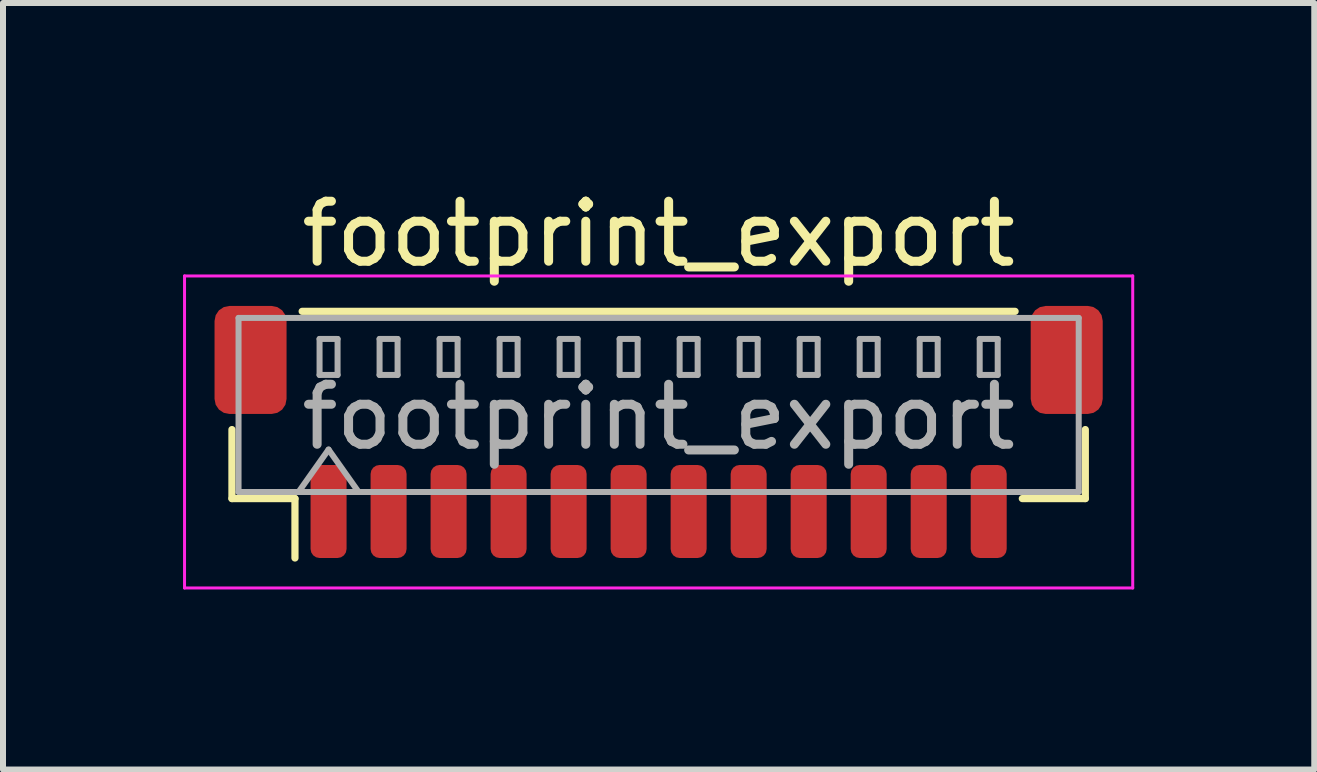
<source format=kicad_pcb>
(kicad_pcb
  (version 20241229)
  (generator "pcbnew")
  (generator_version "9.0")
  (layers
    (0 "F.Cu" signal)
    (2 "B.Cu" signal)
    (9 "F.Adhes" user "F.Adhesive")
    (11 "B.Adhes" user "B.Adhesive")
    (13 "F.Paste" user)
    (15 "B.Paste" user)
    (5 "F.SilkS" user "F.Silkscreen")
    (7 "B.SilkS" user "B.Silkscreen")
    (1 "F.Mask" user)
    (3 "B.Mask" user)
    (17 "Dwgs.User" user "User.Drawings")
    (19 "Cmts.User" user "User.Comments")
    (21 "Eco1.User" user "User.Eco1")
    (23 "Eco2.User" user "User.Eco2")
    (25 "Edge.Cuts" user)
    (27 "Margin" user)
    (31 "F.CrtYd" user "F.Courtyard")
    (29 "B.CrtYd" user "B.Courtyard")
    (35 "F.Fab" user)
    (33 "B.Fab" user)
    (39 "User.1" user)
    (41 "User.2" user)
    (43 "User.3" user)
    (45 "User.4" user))
  (footprint "footprint_export"
    (layer "F.Cu")
    (at 7.925 4.148)
    (property "Reference" "footprint_export" (at 0 -3.3 0) (layer "F.SilkS") (effects (font (size 1 1) (thickness 0.15))))
    (attr smd)
    (fp_line (start -7.11 -0.04) (end -7.11 1.11) (stroke (width 0.12) (type solid)) (layer "F.SilkS"))
    (fp_line (start -7.11 1.11) (end -6.06 1.11) (stroke (width 0.12) (type solid)) (layer "F.SilkS"))
    (fp_line (start -6.06 1.11) (end -6.06 2.1) (stroke (width 0.12) (type solid)) (layer "F.SilkS"))
    (fp_line (start -5.94 -2.01) (end 5.94 -2.01) (stroke (width 0.12) (type solid)) (layer "F.SilkS"))
    (fp_line (start 7.11 -0.04) (end 7.11 1.11) (stroke (width 0.12) (type solid)) (layer "F.SilkS"))
    (fp_line (start 7.11 1.11) (end 6.06 1.11) (stroke (width 0.12) (type solid)) (layer "F.SilkS"))
    (fp_line (start -7.9 -2.6) (end -7.9 2.6) (stroke (width 0.05) (type solid)) (layer "F.CrtYd"))
    (fp_line (start -7.9 2.6) (end 7.9 2.6) (stroke (width 0.05) (type solid)) (layer "F.CrtYd"))
    (fp_line (start 7.9 -2.6) (end -7.9 -2.6) (stroke (width 0.05) (type solid)) (layer "F.CrtYd"))
    (fp_line (start 7.9 2.6) (end 7.9 -2.6) (stroke (width 0.05) (type solid)) (layer "F.CrtYd"))
    (fp_line (start -7 -1.9) (end 7 -1.9) (stroke (width 0.1) (type solid)) (layer "F.Fab"))
    (fp_line (start -7 1) (end -7 -1.9) (stroke (width 0.1) (type solid)) (layer "F.Fab"))
    (fp_line (start -7 1) (end 7 1) (stroke (width 0.1) (type solid)) (layer "F.Fab"))
    (fp_line (start -6 1) (end -5.5 0.293) (stroke (width 0.1) (type solid)) (layer "F.Fab"))
    (fp_line (start -5.65 -1.55) (end -5.65 -0.95) (stroke (width 0.1) (type solid)) (layer "F.Fab"))
    (fp_line (start -5.65 -0.95) (end -5.35 -0.95) (stroke (width 0.1) (type solid)) (layer "F.Fab"))
    (fp_line (start -5.5 0.293) (end -5 1) (stroke (width 0.1) (type solid)) (layer "F.Fab"))
    (fp_line (start -5.35 -1.55) (end -5.65 -1.55) (stroke (width 0.1) (type solid)) (layer "F.Fab"))
    (fp_line (start -5.35 -0.95) (end -5.35 -1.55) (stroke (width 0.1) (type solid)) (layer "F.Fab"))
    (fp_line (start -4.65 -1.55) (end -4.65 -0.95) (stroke (width 0.1) (type solid)) (layer "F.Fab"))
    (fp_line (start -4.65 -0.95) (end -4.35 -0.95) (stroke (width 0.1) (type solid)) (layer "F.Fab"))
    (fp_line (start -4.35 -1.55) (end -4.65 -1.55) (stroke (width 0.1) (type solid)) (layer "F.Fab"))
    (fp_line (start -4.35 -0.95) (end -4.35 -1.55) (stroke (width 0.1) (type solid)) (layer "F.Fab"))
    (fp_line (start -3.65 -1.55) (end -3.65 -0.95) (stroke (width 0.1) (type solid)) (layer "F.Fab"))
    (fp_line (start -3.65 -0.95) (end -3.35 -0.95) (stroke (width 0.1) (type solid)) (layer "F.Fab"))
    (fp_line (start -3.35 -1.55) (end -3.65 -1.55) (stroke (width 0.1) (type solid)) (layer "F.Fab"))
    (fp_line (start -3.35 -0.95) (end -3.35 -1.55) (stroke (width 0.1) (type solid)) (layer "F.Fab"))
    (fp_line (start -2.65 -1.55) (end -2.65 -0.95) (stroke (width 0.1) (type solid)) (layer "F.Fab"))
    (fp_line (start -2.65 -0.95) (end -2.35 -0.95) (stroke (width 0.1) (type solid)) (layer "F.Fab"))
    (fp_line (start -2.35 -1.55) (end -2.65 -1.55) (stroke (width 0.1) (type solid)) (layer "F.Fab"))
    (fp_line (start -2.35 -0.95) (end -2.35 -1.55) (stroke (width 0.1) (type solid)) (layer "F.Fab"))
    (fp_line (start -1.65 -1.55) (end -1.65 -0.95) (stroke (width 0.1) (type solid)) (layer "F.Fab"))
    (fp_line (start -1.65 -0.95) (end -1.35 -0.95) (stroke (width 0.1) (type solid)) (layer "F.Fab"))
    (fp_line (start -1.35 -1.55) (end -1.65 -1.55) (stroke (width 0.1) (type solid)) (layer "F.Fab"))
    (fp_line (start -1.35 -0.95) (end -1.35 -1.55) (stroke (width 0.1) (type solid)) (layer "F.Fab"))
    (fp_line (start -0.65 -1.55) (end -0.65 -0.95) (stroke (width 0.1) (type solid)) (layer "F.Fab"))
    (fp_line (start -0.65 -0.95) (end -0.35 -0.95) (stroke (width 0.1) (type solid)) (layer "F.Fab"))
    (fp_line (start -0.35 -1.55) (end -0.65 -1.55) (stroke (width 0.1) (type solid)) (layer "F.Fab"))
    (fp_line (start -0.35 -0.95) (end -0.35 -1.55) (stroke (width 0.1) (type solid)) (layer "F.Fab"))
    (fp_line (start 0.35 -1.55) (end 0.35 -0.95) (stroke (width 0.1) (type solid)) (layer "F.Fab"))
    (fp_line (start 0.35 -0.95) (end 0.65 -0.95) (stroke (width 0.1) (type solid)) (layer "F.Fab"))
    (fp_line (start 0.65 -1.55) (end 0.35 -1.55) (stroke (width 0.1) (type solid)) (layer "F.Fab"))
    (fp_line (start 0.65 -0.95) (end 0.65 -1.55) (stroke (width 0.1) (type solid)) (layer "F.Fab"))
    (fp_line (start 1.35 -1.55) (end 1.35 -0.95) (stroke (width 0.1) (type solid)) (layer "F.Fab"))
    (fp_line (start 1.35 -0.95) (end 1.65 -0.95) (stroke (width 0.1) (type solid)) (layer "F.Fab"))
    (fp_line (start 1.65 -1.55) (end 1.35 -1.55) (stroke (width 0.1) (type solid)) (layer "F.Fab"))
    (fp_line (start 1.65 -0.95) (end 1.65 -1.55) (stroke (width 0.1) (type solid)) (layer "F.Fab"))
    (fp_line (start 2.35 -1.55) (end 2.35 -0.95) (stroke (width 0.1) (type solid)) (layer "F.Fab"))
    (fp_line (start 2.35 -0.95) (end 2.65 -0.95) (stroke (width 0.1) (type solid)) (layer "F.Fab"))
    (fp_line (start 2.65 -1.55) (end 2.35 -1.55) (stroke (width 0.1) (type solid)) (layer "F.Fab"))
    (fp_line (start 2.65 -0.95) (end 2.65 -1.55) (stroke (width 0.1) (type solid)) (layer "F.Fab"))
    (fp_line (start 3.35 -1.55) (end 3.35 -0.95) (stroke (width 0.1) (type solid)) (layer "F.Fab"))
    (fp_line (start 3.35 -0.95) (end 3.65 -0.95) (stroke (width 0.1) (type solid)) (layer "F.Fab"))
    (fp_line (start 3.65 -1.55) (end 3.35 -1.55) (stroke (width 0.1) (type solid)) (layer "F.Fab"))
    (fp_line (start 3.65 -0.95) (end 3.65 -1.55) (stroke (width 0.1) (type solid)) (layer "F.Fab"))
    (fp_line (start 4.35 -1.55) (end 4.35 -0.95) (stroke (width 0.1) (type solid)) (layer "F.Fab"))
    (fp_line (start 4.35 -0.95) (end 4.65 -0.95) (stroke (width 0.1) (type solid)) (layer "F.Fab"))
    (fp_line (start 4.65 -1.55) (end 4.35 -1.55) (stroke (width 0.1) (type solid)) (layer "F.Fab"))
    (fp_line (start 4.65 -0.95) (end 4.65 -1.55) (stroke (width 0.1) (type solid)) (layer "F.Fab"))
    (fp_line (start 5.35 -1.55) (end 5.35 -0.95) (stroke (width 0.1) (type solid)) (layer "F.Fab"))
    (fp_line (start 5.35 -0.95) (end 5.65 -0.95) (stroke (width 0.1) (type solid)) (layer "F.Fab"))
    (fp_line (start 5.65 -1.55) (end 5.35 -1.55) (stroke (width 0.1) (type solid)) (layer "F.Fab"))
    (fp_line (start 5.65 -0.95) (end 5.65 -1.55) (stroke (width 0.1) (type solid)) (layer "F.Fab"))
    (fp_line (start 7 1) (end 7 -1.9) (stroke (width 0.1) (type solid)) (layer "F.Fab"))
    (fp_text user "${REFERENCE}" (at 0 -0.25 0) (layer "F.Fab") (effects (font (size 1 1) (thickness 0.15))))
    (pad "1" smd roundrect (at -5.5 1.325) (size 0.6 1.55) (layers "F.Cu" "F.Mask" "F.Paste") (roundrect_rratio 0.25))
    (pad "2" smd roundrect (at -4.5 1.325) (size 0.6 1.55) (layers "F.Cu" "F.Mask" "F.Paste") (roundrect_rratio 0.25))
    (pad "3" smd roundrect (at -3.5 1.325) (size 0.6 1.55) (layers "F.Cu" "F.Mask" "F.Paste") (roundrect_rratio 0.25))
    (pad "4" smd roundrect (at -2.5 1.325) (size 0.6 1.55) (layers "F.Cu" "F.Mask" "F.Paste") (roundrect_rratio 0.25))
    (pad "5" smd roundrect (at -1.5 1.325) (size 0.6 1.55) (layers "F.Cu" "F.Mask" "F.Paste") (roundrect_rratio 0.25))
    (pad "6" smd roundrect (at -0.5 1.325) (size 0.6 1.55) (layers "F.Cu" "F.Mask" "F.Paste") (roundrect_rratio 0.25))
    (pad "7" smd roundrect (at 0.5 1.325) (size 0.6 1.55) (layers "F.Cu" "F.Mask" "F.Paste") (roundrect_rratio 0.25))
    (pad "8" smd roundrect (at 1.5 1.325) (size 0.6 1.55) (layers "F.Cu" "F.Mask" "F.Paste") (roundrect_rratio 0.25))
    (pad "9" smd roundrect (at 2.5 1.325) (size 0.6 1.55) (layers "F.Cu" "F.Mask" "F.Paste") (roundrect_rratio 0.25))
    (pad "10" smd roundrect (at 3.5 1.325) (size 0.6 1.55) (layers "F.Cu" "F.Mask" "F.Paste") (roundrect_rratio 0.25))
    (pad "11" smd roundrect (at 4.5 1.325) (size 0.6 1.55) (layers "F.Cu" "F.Mask" "F.Paste") (roundrect_rratio 0.25))
    (pad "12" smd roundrect (at 5.5 1.325) (size 0.6 1.55) (layers "F.Cu" "F.Mask" "F.Paste") (roundrect_rratio 0.25))
    (pad "MP" smd roundrect (at -6.8 -1.2) (size 1.2 1.8) (layers "F.Cu" "F.Mask" "F.Paste") (roundrect_rratio 0.208))
    (pad "MP" smd roundrect (at 6.8 -1.2) (size 1.2 1.8) (layers "F.Cu" "F.Mask" "F.Paste") (roundrect_rratio 0.208)))
  (gr_rect
    (start -3 -3)
    (end 18.85 9.773)
    (stroke (width 0.1) (type default))
    (fill no)
    (layer "Edge.Cuts")))
</source>
